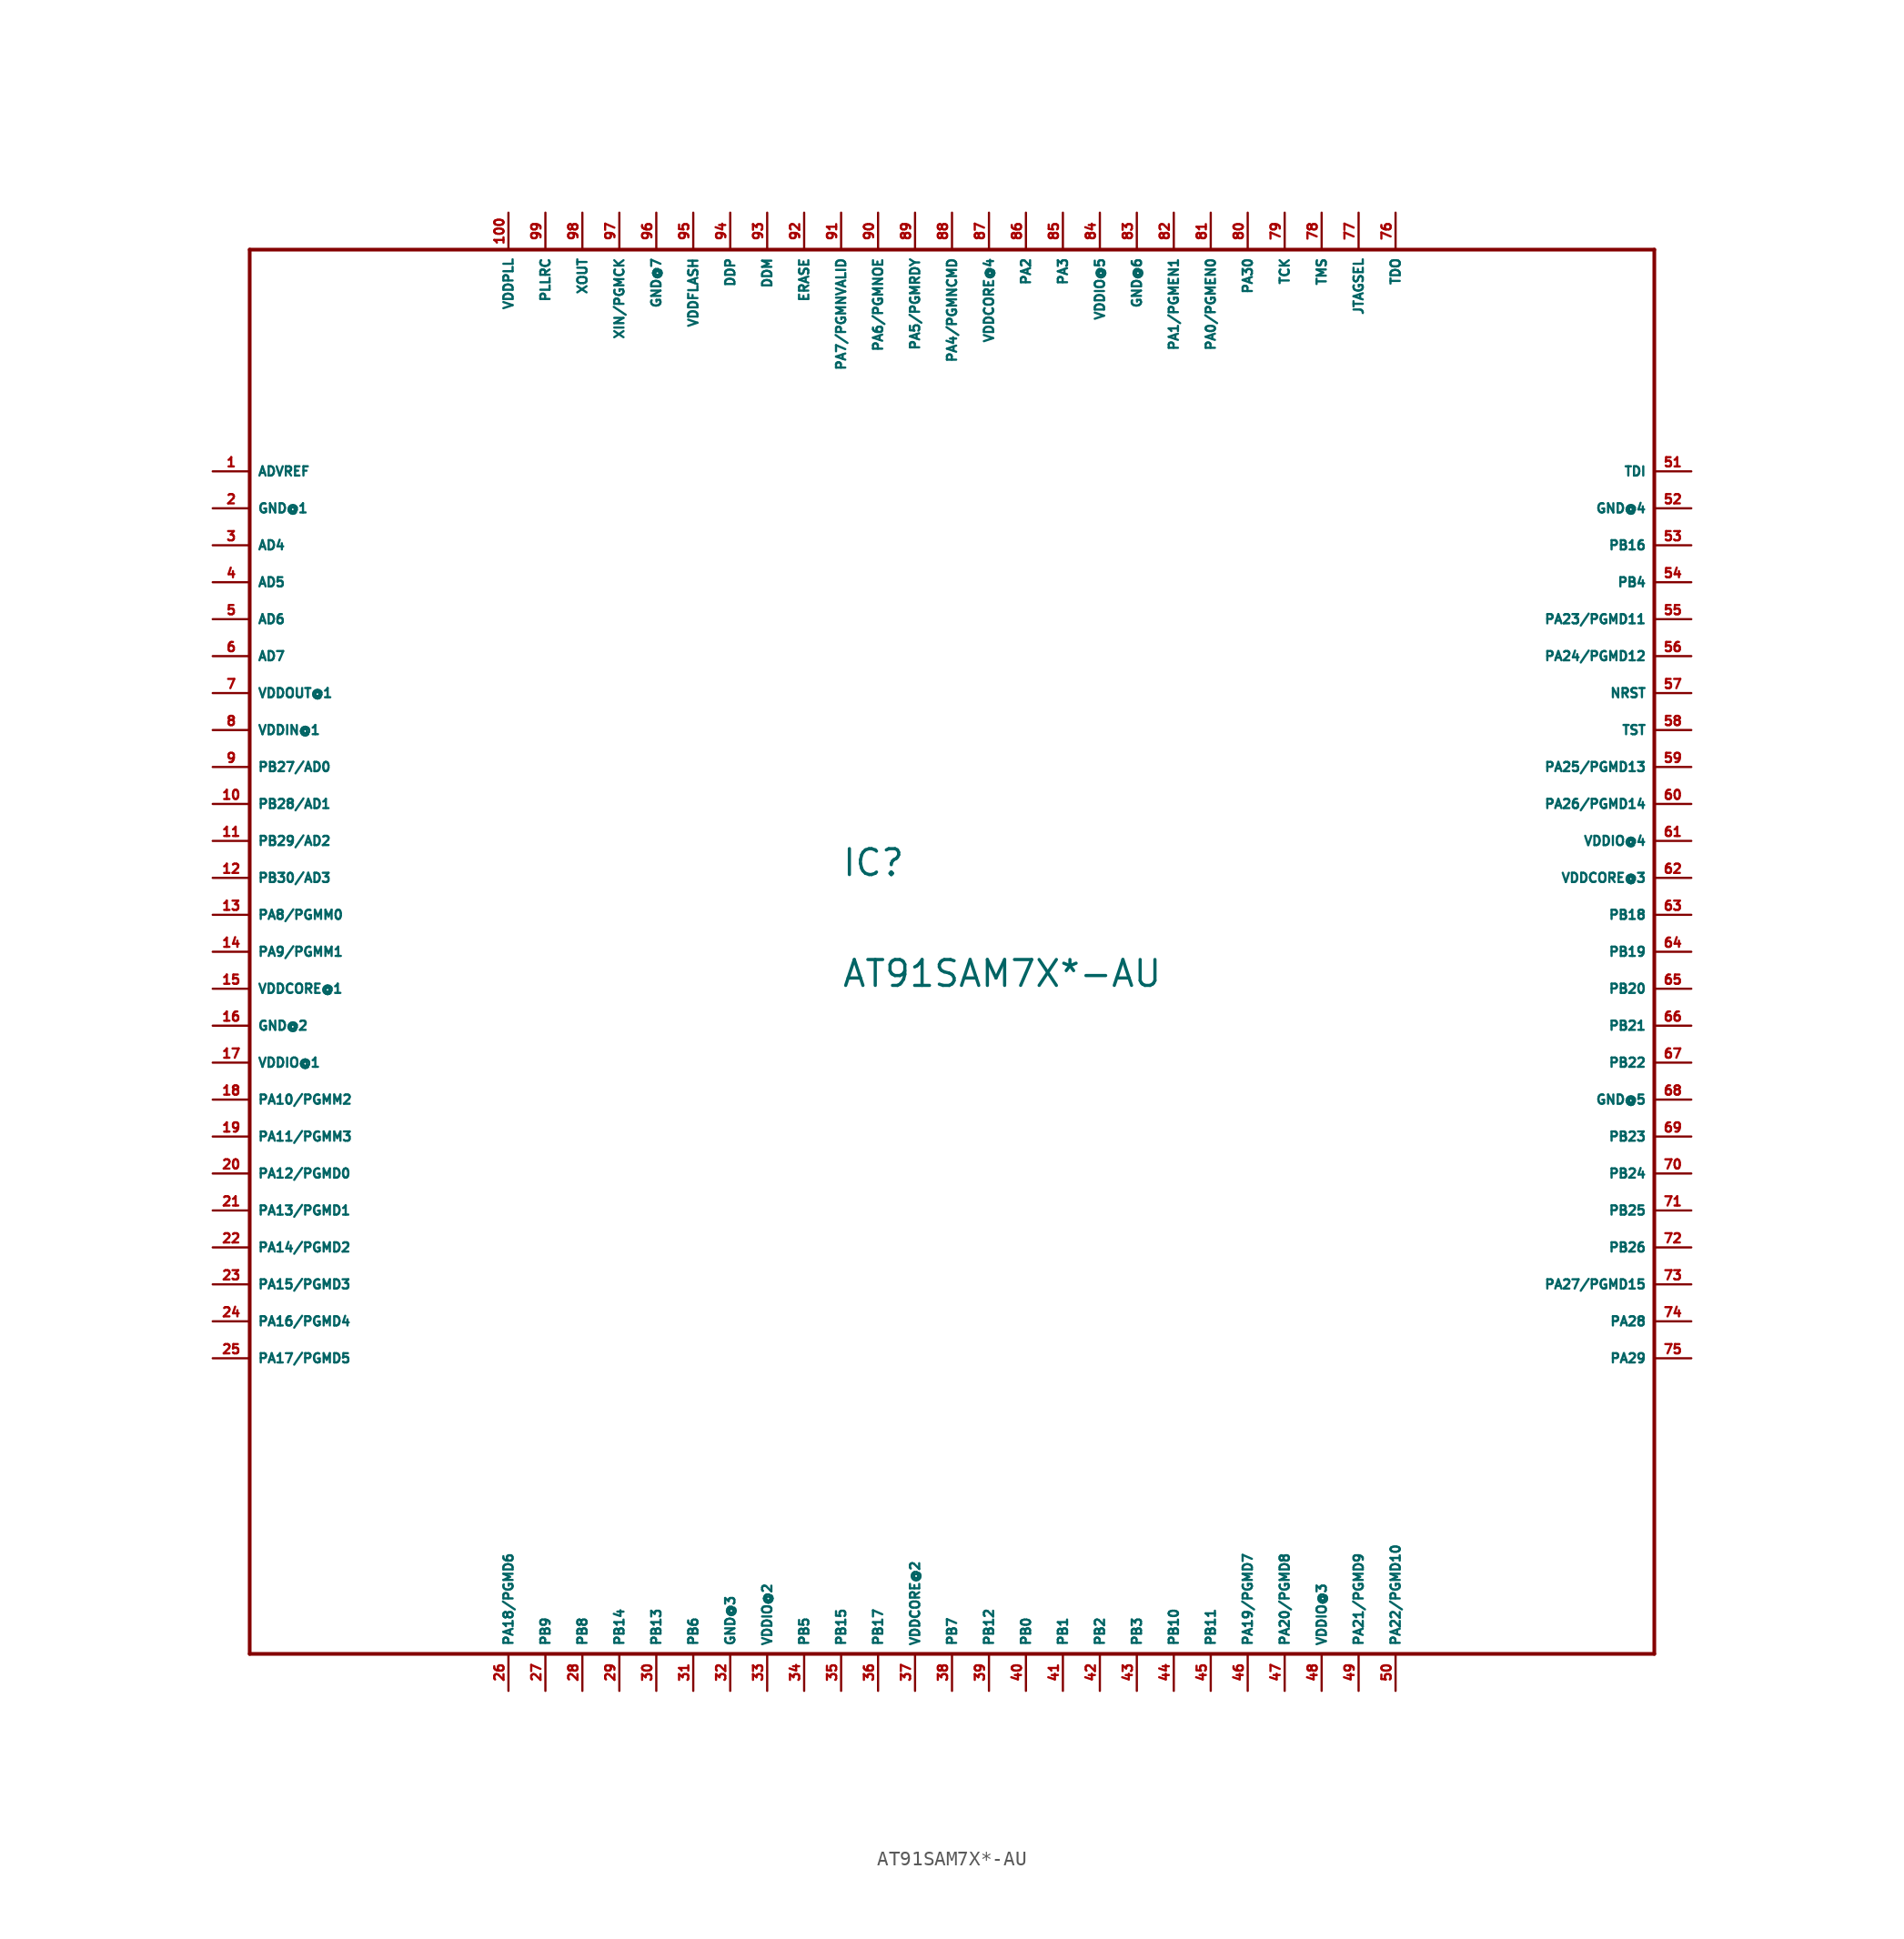
<source format=kicad_sym>
(kicad_symbol_lib
  (version 20220914)
  (generator Eagle2Kicad)
  (symbol "AT91SAM7X*-AU"
    (property "Reference" "IC"
      (at -7.62 5.08 0)
      (effects (font (size 1.778 1.778) (thickness 0.22)) (justify left bottom)))
    (property "Value" "AT91SAM7X*-AU"
      (at -7.62 -2.54 0)
      (effects (font (size 1.778 1.778) (thickness 0.22)) (justify left bottom)))
    (polyline
      (pts (xy -48.26 48.26) (xy 48.26 48.26))
      (stroke (width 0.254) (type default))
      (fill (type none)))
    (polyline
      (pts (xy 48.26 48.26) (xy 48.26 -48.26))
      (stroke (width 0.254) (type default))
      (fill (type none)))
    (polyline
      (pts (xy 48.26 -48.26) (xy -48.26 -48.26))
      (stroke (width 0.254) (type default))
      (fill (type none)))
    (polyline
      (pts (xy -48.26 -48.26) (xy -48.26 48.26))
      (stroke (width 0.254) (type default))
      (fill (type none)))
    (pin bidirectional line
      (at -50.8 33.02 0)
      (length 2.54)
      (name "ADVREF" (effects (font (size 0.635 0.635) (thickness 0.08)) (justify left bottom)))
      (number "1" (effects (font (size 0.635 0.635) (thickness 0.08)) (justify left bottom))))
    (pin bidirectional line
      (at -50.8 30.48 0)
      (length 2.54)
      (name "GND@1" (effects (font (size 0.635 0.635) (thickness 0.08)) (justify left bottom)))
      (number "2" (effects (font (size 0.635 0.635) (thickness 0.08)) (justify left bottom))))
    (pin bidirectional line
      (at -50.8 27.94 0)
      (length 2.54)
      (name "AD4" (effects (font (size 0.635 0.635) (thickness 0.08)) (justify left bottom)))
      (number "3" (effects (font (size 0.635 0.635) (thickness 0.08)) (justify left bottom))))
    (pin bidirectional line
      (at -50.8 25.4 0)
      (length 2.54)
      (name "AD5" (effects (font (size 0.635 0.635) (thickness 0.08)) (justify left bottom)))
      (number "4" (effects (font (size 0.635 0.635) (thickness 0.08)) (justify left bottom))))
    (pin bidirectional line
      (at -50.8 22.86 0)
      (length 2.54)
      (name "AD6" (effects (font (size 0.635 0.635) (thickness 0.08)) (justify left bottom)))
      (number "5" (effects (font (size 0.635 0.635) (thickness 0.08)) (justify left bottom))))
    (pin bidirectional line
      (at -50.8 20.32 0)
      (length 2.54)
      (name "AD7" (effects (font (size 0.635 0.635) (thickness 0.08)) (justify left bottom)))
      (number "6" (effects (font (size 0.635 0.635) (thickness 0.08)) (justify left bottom))))
    (pin bidirectional line
      (at -50.8 17.78 0)
      (length 2.54)
      (name "VDDOUT@1" (effects (font (size 0.635 0.635) (thickness 0.08)) (justify left bottom)))
      (number "7" (effects (font (size 0.635 0.635) (thickness 0.08)) (justify left bottom))))
    (pin bidirectional line
      (at -50.8 15.24 0)
      (length 2.54)
      (name "VDDIN@1" (effects (font (size 0.635 0.635) (thickness 0.08)) (justify left bottom)))
      (number "8" (effects (font (size 0.635 0.635) (thickness 0.08)) (justify left bottom))))
    (pin bidirectional line
      (at -50.8 12.7 0)
      (length 2.54)
      (name "PB27/AD0" (effects (font (size 0.635 0.635) (thickness 0.08)) (justify left bottom)))
      (number "9" (effects (font (size 0.635 0.635) (thickness 0.08)) (justify left bottom))))
    (pin bidirectional line
      (at -50.8 10.16 0)
      (length 2.54)
      (name "PB28/AD1" (effects (font (size 0.635 0.635) (thickness 0.08)) (justify left bottom)))
      (number "10" (effects (font (size 0.635 0.635) (thickness 0.08)) (justify left bottom))))
    (pin bidirectional line
      (at -50.8 7.62 0)
      (length 2.54)
      (name "PB29/AD2" (effects (font (size 0.635 0.635) (thickness 0.08)) (justify left bottom)))
      (number "11" (effects (font (size 0.635 0.635) (thickness 0.08)) (justify left bottom))))
    (pin bidirectional line
      (at -50.8 5.08 0)
      (length 2.54)
      (name "PB30/AD3" (effects (font (size 0.635 0.635) (thickness 0.08)) (justify left bottom)))
      (number "12" (effects (font (size 0.635 0.635) (thickness 0.08)) (justify left bottom))))
    (pin bidirectional line
      (at -50.8 2.54 0)
      (length 2.54)
      (name "PA8/PGMM0" (effects (font (size 0.635 0.635) (thickness 0.08)) (justify left bottom)))
      (number "13" (effects (font (size 0.635 0.635) (thickness 0.08)) (justify left bottom))))
    (pin bidirectional line
      (at -50.8 0 0)
      (length 2.54)
      (name "PA9/PGMM1" (effects (font (size 0.635 0.635) (thickness 0.08)) (justify left bottom)))
      (number "14" (effects (font (size 0.635 0.635) (thickness 0.08)) (justify left bottom))))
    (pin bidirectional line
      (at -50.8 -2.54 0)
      (length 2.54)
      (name "VDDCORE@1" (effects (font (size 0.635 0.635) (thickness 0.08)) (justify left bottom)))
      (number "15" (effects (font (size 0.635 0.635) (thickness 0.08)) (justify left bottom))))
    (pin bidirectional line
      (at -50.8 -5.08 0)
      (length 2.54)
      (name "GND@2" (effects (font (size 0.635 0.635) (thickness 0.08)) (justify left bottom)))
      (number "16" (effects (font (size 0.635 0.635) (thickness 0.08)) (justify left bottom))))
    (pin bidirectional line
      (at -50.8 -7.62 0)
      (length 2.54)
      (name "VDDIO@1" (effects (font (size 0.635 0.635) (thickness 0.08)) (justify left bottom)))
      (number "17" (effects (font (size 0.635 0.635) (thickness 0.08)) (justify left bottom))))
    (pin bidirectional line
      (at -50.8 -10.16 0)
      (length 2.54)
      (name "PA10/PGMM2" (effects (font (size 0.635 0.635) (thickness 0.08)) (justify left bottom)))
      (number "18" (effects (font (size 0.635 0.635) (thickness 0.08)) (justify left bottom))))
    (pin bidirectional line
      (at -50.8 -12.7 0)
      (length 2.54)
      (name "PA11/PGMM3" (effects (font (size 0.635 0.635) (thickness 0.08)) (justify left bottom)))
      (number "19" (effects (font (size 0.635 0.635) (thickness 0.08)) (justify left bottom))))
    (pin bidirectional line
      (at -50.8 -15.24 0)
      (length 2.54)
      (name "PA12/PGMD0" (effects (font (size 0.635 0.635) (thickness 0.08)) (justify left bottom)))
      (number "20" (effects (font (size 0.635 0.635) (thickness 0.08)) (justify left bottom))))
    (pin bidirectional line
      (at -50.8 -17.78 0)
      (length 2.54)
      (name "PA13/PGMD1" (effects (font (size 0.635 0.635) (thickness 0.08)) (justify left bottom)))
      (number "21" (effects (font (size 0.635 0.635) (thickness 0.08)) (justify left bottom))))
    (pin bidirectional line
      (at -50.8 -20.32 0)
      (length 2.54)
      (name "PA14/PGMD2" (effects (font (size 0.635 0.635) (thickness 0.08)) (justify left bottom)))
      (number "22" (effects (font (size 0.635 0.635) (thickness 0.08)) (justify left bottom))))
    (pin bidirectional line
      (at -50.8 -22.86 0)
      (length 2.54)
      (name "PA15/PGMD3" (effects (font (size 0.635 0.635) (thickness 0.08)) (justify left bottom)))
      (number "23" (effects (font (size 0.635 0.635) (thickness 0.08)) (justify left bottom))))
    (pin bidirectional line
      (at -50.8 -25.4 0)
      (length 2.54)
      (name "PA16/PGMD4" (effects (font (size 0.635 0.635) (thickness 0.08)) (justify left bottom)))
      (number "24" (effects (font (size 0.635 0.635) (thickness 0.08)) (justify left bottom))))
    (pin bidirectional line
      (at -50.8 -27.94 0)
      (length 2.54)
      (name "PA17/PGMD5" (effects (font (size 0.635 0.635) (thickness 0.08)) (justify left bottom)))
      (number "25" (effects (font (size 0.635 0.635) (thickness 0.08)) (justify left bottom))))
    (pin bidirectional line
      (at -30.48 -50.8 90)
      (length 2.54)
      (name "PA18/PGMD6" (effects (font (size 0.635 0.635) (thickness 0.08)) (justify left bottom)))
      (number "26" (effects (font (size 0.635 0.635) (thickness 0.08)) (justify left bottom))))
    (pin bidirectional line
      (at -27.94 -50.8 90)
      (length 2.54)
      (name "PB9" (effects (font (size 0.635 0.635) (thickness 0.08)) (justify left bottom)))
      (number "27" (effects (font (size 0.635 0.635) (thickness 0.08)) (justify left bottom))))
    (pin bidirectional line
      (at 7.62 -50.8 90)
      (length 2.54)
      (name "PB1" (effects (font (size 0.635 0.635) (thickness 0.08)) (justify left bottom)))
      (number "41" (effects (font (size 0.635 0.635) (thickness 0.08)) (justify left bottom))))
    (pin bidirectional line
      (at 10.16 -50.8 90)
      (length 2.54)
      (name "PB2" (effects (font (size 0.635 0.635) (thickness 0.08)) (justify left bottom)))
      (number "42" (effects (font (size 0.635 0.635) (thickness 0.08)) (justify left bottom))))
    (pin bidirectional line
      (at 12.7 -50.8 90)
      (length 2.54)
      (name "PB3" (effects (font (size 0.635 0.635) (thickness 0.08)) (justify left bottom)))
      (number "43" (effects (font (size 0.635 0.635) (thickness 0.08)) (justify left bottom))))
    (pin bidirectional line
      (at 50.8 25.4 180)
      (length 2.54)
      (name "PB4" (effects (font (size 0.635 0.635) (thickness 0.08)) (justify left bottom)))
      (number "54" (effects (font (size 0.635 0.635) (thickness 0.08)) (justify left bottom))))
    (pin bidirectional line
      (at -10.16 -50.8 90)
      (length 2.54)
      (name "PB5" (effects (font (size 0.635 0.635) (thickness 0.08)) (justify left bottom)))
      (number "34" (effects (font (size 0.635 0.635) (thickness 0.08)) (justify left bottom))))
    (pin bidirectional line
      (at -17.78 -50.8 90)
      (length 2.54)
      (name "PB6" (effects (font (size 0.635 0.635) (thickness 0.08)) (justify left bottom)))
      (number "31" (effects (font (size 0.635 0.635) (thickness 0.08)) (justify left bottom))))
    (pin bidirectional line
      (at 0 -50.8 90)
      (length 2.54)
      (name "PB7" (effects (font (size 0.635 0.635) (thickness 0.08)) (justify left bottom)))
      (number "38" (effects (font (size 0.635 0.635) (thickness 0.08)) (justify left bottom))))
    (pin bidirectional line
      (at -25.4 -50.8 90)
      (length 2.54)
      (name "PB8" (effects (font (size 0.635 0.635) (thickness 0.08)) (justify left bottom)))
      (number "28" (effects (font (size 0.635 0.635) (thickness 0.08)) (justify left bottom))))
    (pin bidirectional line
      (at 15.24 -50.8 90)
      (length 2.54)
      (name "PB10" (effects (font (size 0.635 0.635) (thickness 0.08)) (justify left bottom)))
      (number "44" (effects (font (size 0.635 0.635) (thickness 0.08)) (justify left bottom))))
    (pin bidirectional line
      (at 17.78 -50.8 90)
      (length 2.54)
      (name "PB11" (effects (font (size 0.635 0.635) (thickness 0.08)) (justify left bottom)))
      (number "45" (effects (font (size 0.635 0.635) (thickness 0.08)) (justify left bottom))))
    (pin bidirectional line
      (at 2.54 -50.8 90)
      (length 2.54)
      (name "PB12" (effects (font (size 0.635 0.635) (thickness 0.08)) (justify left bottom)))
      (number "39" (effects (font (size 0.635 0.635) (thickness 0.08)) (justify left bottom))))
    (pin bidirectional line
      (at -20.32 -50.8 90)
      (length 2.54)
      (name "PB13" (effects (font (size 0.635 0.635) (thickness 0.08)) (justify left bottom)))
      (number "30" (effects (font (size 0.635 0.635) (thickness 0.08)) (justify left bottom))))
    (pin bidirectional line
      (at -22.86 -50.8 90)
      (length 2.54)
      (name "PB14" (effects (font (size 0.635 0.635) (thickness 0.08)) (justify left bottom)))
      (number "29" (effects (font (size 0.635 0.635) (thickness 0.08)) (justify left bottom))))
    (pin bidirectional line
      (at -7.62 -50.8 90)
      (length 2.54)
      (name "PB15" (effects (font (size 0.635 0.635) (thickness 0.08)) (justify left bottom)))
      (number "35" (effects (font (size 0.635 0.635) (thickness 0.08)) (justify left bottom))))
    (pin bidirectional line
      (at 50.8 27.94 180)
      (length 2.54)
      (name "PB16" (effects (font (size 0.635 0.635) (thickness 0.08)) (justify left bottom)))
      (number "53" (effects (font (size 0.635 0.635) (thickness 0.08)) (justify left bottom))))
    (pin bidirectional line
      (at -5.08 -50.8 90)
      (length 2.54)
      (name "PB17" (effects (font (size 0.635 0.635) (thickness 0.08)) (justify left bottom)))
      (number "36" (effects (font (size 0.635 0.635) (thickness 0.08)) (justify left bottom))))
    (pin bidirectional line
      (at 50.8 2.54 180)
      (length 2.54)
      (name "PB18" (effects (font (size 0.635 0.635) (thickness 0.08)) (justify left bottom)))
      (number "63" (effects (font (size 0.635 0.635) (thickness 0.08)) (justify left bottom))))
    (pin bidirectional line
      (at 20.32 -50.8 90)
      (length 2.54)
      (name "PA19/PGMD7" (effects (font (size 0.635 0.635) (thickness 0.08)) (justify left bottom)))
      (number "46" (effects (font (size 0.635 0.635) (thickness 0.08)) (justify left bottom))))
    (pin bidirectional line
      (at 22.86 -50.8 90)
      (length 2.54)
      (name "PA20/PGMD8" (effects (font (size 0.635 0.635) (thickness 0.08)) (justify left bottom)))
      (number "47" (effects (font (size 0.635 0.635) (thickness 0.08)) (justify left bottom))))
    (pin bidirectional line
      (at 50.8 -5.08 180)
      (length 2.54)
      (name "PB21" (effects (font (size 0.635 0.635) (thickness 0.08)) (justify left bottom)))
      (number "66" (effects (font (size 0.635 0.635) (thickness 0.08)) (justify left bottom))))
    (pin bidirectional line
      (at 50.8 -7.62 180)
      (length 2.54)
      (name "PB22" (effects (font (size 0.635 0.635) (thickness 0.08)) (justify left bottom)))
      (number "67" (effects (font (size 0.635 0.635) (thickness 0.08)) (justify left bottom))))
    (pin bidirectional line
      (at 50.8 -12.7 180)
      (length 2.54)
      (name "PB23" (effects (font (size 0.635 0.635) (thickness 0.08)) (justify left bottom)))
      (number "69" (effects (font (size 0.635 0.635) (thickness 0.08)) (justify left bottom))))
    (pin bidirectional line
      (at 50.8 -15.24 180)
      (length 2.54)
      (name "PB24" (effects (font (size 0.635 0.635) (thickness 0.08)) (justify left bottom)))
      (number "70" (effects (font (size 0.635 0.635) (thickness 0.08)) (justify left bottom))))
    (pin bidirectional line
      (at 50.8 -17.78 180)
      (length 2.54)
      (name "PB25" (effects (font (size 0.635 0.635) (thickness 0.08)) (justify left bottom)))
      (number "71" (effects (font (size 0.635 0.635) (thickness 0.08)) (justify left bottom))))
    (pin bidirectional line
      (at 50.8 -20.32 180)
      (length 2.54)
      (name "PB26" (effects (font (size 0.635 0.635) (thickness 0.08)) (justify left bottom)))
      (number "72" (effects (font (size 0.635 0.635) (thickness 0.08)) (justify left bottom))))
    (pin bidirectional line
      (at -15.24 -50.8 90)
      (length 2.54)
      (name "GND@3" (effects (font (size 0.635 0.635) (thickness 0.08)) (justify left bottom)))
      (number "32" (effects (font (size 0.635 0.635) (thickness 0.08)) (justify left bottom))))
    (pin bidirectional line
      (at -12.7 -50.8 90)
      (length 2.54)
      (name "VDDIO@2" (effects (font (size 0.635 0.635) (thickness 0.08)) (justify left bottom)))
      (number "33" (effects (font (size 0.635 0.635) (thickness 0.08)) (justify left bottom))))
    (pin bidirectional line
      (at -2.54 -50.8 90)
      (length 2.54)
      (name "VDDCORE@2" (effects (font (size 0.635 0.635) (thickness 0.08)) (justify left bottom)))
      (number "37" (effects (font (size 0.635 0.635) (thickness 0.08)) (justify left bottom))))
    (pin bidirectional line
      (at 5.08 -50.8 90)
      (length 2.54)
      (name "PB0" (effects (font (size 0.635 0.635) (thickness 0.08)) (justify left bottom)))
      (number "40" (effects (font (size 0.635 0.635) (thickness 0.08)) (justify left bottom))))
    (pin bidirectional line
      (at 25.4 -50.8 90)
      (length 2.54)
      (name "VDDIO@3" (effects (font (size 0.635 0.635) (thickness 0.08)) (justify left bottom)))
      (number "48" (effects (font (size 0.635 0.635) (thickness 0.08)) (justify left bottom))))
    (pin bidirectional line
      (at 27.94 -50.8 90)
      (length 2.54)
      (name "PA21/PGMD9" (effects (font (size 0.635 0.635) (thickness 0.08)) (justify left bottom)))
      (number "49" (effects (font (size 0.635 0.635) (thickness 0.08)) (justify left bottom))))
    (pin bidirectional line
      (at 30.48 -50.8 90)
      (length 2.54)
      (name "PA22/PGMD10" (effects (font (size 0.635 0.635) (thickness 0.08)) (justify left bottom)))
      (number "50" (effects (font (size 0.635 0.635) (thickness 0.08)) (justify left bottom))))
    (pin bidirectional line
      (at 50.8 33.02 180)
      (length 2.54)
      (name "TDI" (effects (font (size 0.635 0.635) (thickness 0.08)) (justify left bottom)))
      (number "51" (effects (font (size 0.635 0.635) (thickness 0.08)) (justify left bottom))))
    (pin bidirectional line
      (at 50.8 30.48 180)
      (length 2.54)
      (name "GND@4" (effects (font (size 0.635 0.635) (thickness 0.08)) (justify left bottom)))
      (number "52" (effects (font (size 0.635 0.635) (thickness 0.08)) (justify left bottom))))
    (pin bidirectional line
      (at 50.8 22.86 180)
      (length 2.54)
      (name "PA23/PGMD11" (effects (font (size 0.635 0.635) (thickness 0.08)) (justify left bottom)))
      (number "55" (effects (font (size 0.635 0.635) (thickness 0.08)) (justify left bottom))))
    (pin bidirectional line
      (at 50.8 20.32 180)
      (length 2.54)
      (name "PA24/PGMD12" (effects (font (size 0.635 0.635) (thickness 0.08)) (justify left bottom)))
      (number "56" (effects (font (size 0.635 0.635) (thickness 0.08)) (justify left bottom))))
    (pin bidirectional line
      (at 50.8 17.78 180)
      (length 2.54)
      (name "NRST" (effects (font (size 0.635 0.635) (thickness 0.08)) (justify left bottom)))
      (number "57" (effects (font (size 0.635 0.635) (thickness 0.08)) (justify left bottom))))
    (pin bidirectional line
      (at 50.8 15.24 180)
      (length 2.54)
      (name "TST" (effects (font (size 0.635 0.635) (thickness 0.08)) (justify left bottom)))
      (number "58" (effects (font (size 0.635 0.635) (thickness 0.08)) (justify left bottom))))
    (pin bidirectional line
      (at 50.8 12.7 180)
      (length 2.54)
      (name "PA25/PGMD13" (effects (font (size 0.635 0.635) (thickness 0.08)) (justify left bottom)))
      (number "59" (effects (font (size 0.635 0.635) (thickness 0.08)) (justify left bottom))))
    (pin bidirectional line
      (at 50.8 10.16 180)
      (length 2.54)
      (name "PA26/PGMD14" (effects (font (size 0.635 0.635) (thickness 0.08)) (justify left bottom)))
      (number "60" (effects (font (size 0.635 0.635) (thickness 0.08)) (justify left bottom))))
    (pin bidirectional line
      (at 50.8 7.62 180)
      (length 2.54)
      (name "VDDIO@4" (effects (font (size 0.635 0.635) (thickness 0.08)) (justify left bottom)))
      (number "61" (effects (font (size 0.635 0.635) (thickness 0.08)) (justify left bottom))))
    (pin bidirectional line
      (at 50.8 5.08 180)
      (length 2.54)
      (name "VDDCORE@3" (effects (font (size 0.635 0.635) (thickness 0.08)) (justify left bottom)))
      (number "62" (effects (font (size 0.635 0.635) (thickness 0.08)) (justify left bottom))))
    (pin bidirectional line
      (at 50.8 0 180)
      (length 2.54)
      (name "PB19" (effects (font (size 0.635 0.635) (thickness 0.08)) (justify left bottom)))
      (number "64" (effects (font (size 0.635 0.635) (thickness 0.08)) (justify left bottom))))
    (pin bidirectional line
      (at 50.8 -2.54 180)
      (length 2.54)
      (name "PB20" (effects (font (size 0.635 0.635) (thickness 0.08)) (justify left bottom)))
      (number "65" (effects (font (size 0.635 0.635) (thickness 0.08)) (justify left bottom))))
    (pin bidirectional line
      (at 50.8 -10.16 180)
      (length 2.54)
      (name "GND@5" (effects (font (size 0.635 0.635) (thickness 0.08)) (justify left bottom)))
      (number "68" (effects (font (size 0.635 0.635) (thickness 0.08)) (justify left bottom))))
    (pin bidirectional line
      (at 50.8 -22.86 180)
      (length 2.54)
      (name "PA27/PGMD15" (effects (font (size 0.635 0.635) (thickness 0.08)) (justify left bottom)))
      (number "73" (effects (font (size 0.635 0.635) (thickness 0.08)) (justify left bottom))))
    (pin bidirectional line
      (at 50.8 -25.4 180)
      (length 2.54)
      (name "PA28" (effects (font (size 0.635 0.635) (thickness 0.08)) (justify left bottom)))
      (number "74" (effects (font (size 0.635 0.635) (thickness 0.08)) (justify left bottom))))
    (pin bidirectional line
      (at 5.08 50.8 270)
      (length 2.54)
      (name "PA2" (effects (font (size 0.635 0.635) (thickness 0.08)) (justify left bottom)))
      (number "86" (effects (font (size 0.635 0.635) (thickness 0.08)) (justify left bottom))))
    (pin bidirectional line
      (at 7.62 50.8 270)
      (length 2.54)
      (name "PA3" (effects (font (size 0.635 0.635) (thickness 0.08)) (justify left bottom)))
      (number "85" (effects (font (size 0.635 0.635) (thickness 0.08)) (justify left bottom))))
    (pin bidirectional line
      (at 0 50.8 270)
      (length 2.54)
      (name "PA4/PGMNCMD" (effects (font (size 0.635 0.635) (thickness 0.08)) (justify left bottom)))
      (number "88" (effects (font (size 0.635 0.635) (thickness 0.08)) (justify left bottom))))
    (pin bidirectional line
      (at -2.54 50.8 270)
      (length 2.54)
      (name "PA5/PGMRDY" (effects (font (size 0.635 0.635) (thickness 0.08)) (justify left bottom)))
      (number "89" (effects (font (size 0.635 0.635) (thickness 0.08)) (justify left bottom))))
    (pin bidirectional line
      (at -5.08 50.8 270)
      (length 2.54)
      (name "PA6/PGMNOE" (effects (font (size 0.635 0.635) (thickness 0.08)) (justify left bottom)))
      (number "90" (effects (font (size 0.635 0.635) (thickness 0.08)) (justify left bottom))))
    (pin bidirectional line
      (at -7.62 50.8 270)
      (length 2.54)
      (name "PA7/PGMNVALID" (effects (font (size 0.635 0.635) (thickness 0.08)) (justify left bottom)))
      (number "91" (effects (font (size 0.635 0.635) (thickness 0.08)) (justify left bottom))))
    (pin bidirectional line
      (at 50.8 -27.94 180)
      (length 2.54)
      (name "PA29" (effects (font (size 0.635 0.635) (thickness 0.08)) (justify left bottom)))
      (number "75" (effects (font (size 0.635 0.635) (thickness 0.08)) (justify left bottom))))
    (pin bidirectional line
      (at 30.48 50.8 270)
      (length 2.54)
      (name "TDO" (effects (font (size 0.635 0.635) (thickness 0.08)) (justify left bottom)))
      (number "76" (effects (font (size 0.635 0.635) (thickness 0.08)) (justify left bottom))))
    (pin bidirectional line
      (at 27.94 50.8 270)
      (length 2.54)
      (name "JTAGSEL" (effects (font (size 0.635 0.635) (thickness 0.08)) (justify left bottom)))
      (number "77" (effects (font (size 0.635 0.635) (thickness 0.08)) (justify left bottom))))
    (pin bidirectional line
      (at 25.4 50.8 270)
      (length 2.54)
      (name "TMS" (effects (font (size 0.635 0.635) (thickness 0.08)) (justify left bottom)))
      (number "78" (effects (font (size 0.635 0.635) (thickness 0.08)) (justify left bottom))))
    (pin bidirectional line
      (at 22.86 50.8 270)
      (length 2.54)
      (name "TCK" (effects (font (size 0.635 0.635) (thickness 0.08)) (justify left bottom)))
      (number "79" (effects (font (size 0.635 0.635) (thickness 0.08)) (justify left bottom))))
    (pin bidirectional line
      (at 20.32 50.8 270)
      (length 2.54)
      (name "PA30" (effects (font (size 0.635 0.635) (thickness 0.08)) (justify left bottom)))
      (number "80" (effects (font (size 0.635 0.635) (thickness 0.08)) (justify left bottom))))
    (pin bidirectional line
      (at 17.78 50.8 270)
      (length 2.54)
      (name "PA0/PGMEN0" (effects (font (size 0.635 0.635) (thickness 0.08)) (justify left bottom)))
      (number "81" (effects (font (size 0.635 0.635) (thickness 0.08)) (justify left bottom))))
    (pin bidirectional line
      (at 15.24 50.8 270)
      (length 2.54)
      (name "PA1/PGMEN1" (effects (font (size 0.635 0.635) (thickness 0.08)) (justify left bottom)))
      (number "82" (effects (font (size 0.635 0.635) (thickness 0.08)) (justify left bottom))))
    (pin bidirectional line
      (at 12.7 50.8 270)
      (length 2.54)
      (name "GND@6" (effects (font (size 0.635 0.635) (thickness 0.08)) (justify left bottom)))
      (number "83" (effects (font (size 0.635 0.635) (thickness 0.08)) (justify left bottom))))
    (pin bidirectional line
      (at 10.16 50.8 270)
      (length 2.54)
      (name "VDDIO@5" (effects (font (size 0.635 0.635) (thickness 0.08)) (justify left bottom)))
      (number "84" (effects (font (size 0.635 0.635) (thickness 0.08)) (justify left bottom))))
    (pin bidirectional line
      (at 2.54 50.8 270)
      (length 2.54)
      (name "VDDCORE@4" (effects (font (size 0.635 0.635) (thickness 0.08)) (justify left bottom)))
      (number "87" (effects (font (size 0.635 0.635) (thickness 0.08)) (justify left bottom))))
    (pin bidirectional line
      (at -10.16 50.8 270)
      (length 2.54)
      (name "ERASE" (effects (font (size 0.635 0.635) (thickness 0.08)) (justify left bottom)))
      (number "92" (effects (font (size 0.635 0.635) (thickness 0.08)) (justify left bottom))))
    (pin bidirectional line
      (at -12.7 50.8 270)
      (length 2.54)
      (name "DDM" (effects (font (size 0.635 0.635) (thickness 0.08)) (justify left bottom)))
      (number "93" (effects (font (size 0.635 0.635) (thickness 0.08)) (justify left bottom))))
    (pin bidirectional line
      (at -15.24 50.8 270)
      (length 2.54)
      (name "DDP" (effects (font (size 0.635 0.635) (thickness 0.08)) (justify left bottom)))
      (number "94" (effects (font (size 0.635 0.635) (thickness 0.08)) (justify left bottom))))
    (pin bidirectional line
      (at -17.78 50.8 270)
      (length 2.54)
      (name "VDDFLASH" (effects (font (size 0.635 0.635) (thickness 0.08)) (justify left bottom)))
      (number "95" (effects (font (size 0.635 0.635) (thickness 0.08)) (justify left bottom))))
    (pin bidirectional line
      (at -20.32 50.8 270)
      (length 2.54)
      (name "GND@7" (effects (font (size 0.635 0.635) (thickness 0.08)) (justify left bottom)))
      (number "96" (effects (font (size 0.635 0.635) (thickness 0.08)) (justify left bottom))))
    (pin bidirectional line
      (at -25.4 50.8 270)
      (length 2.54)
      (name "XOUT" (effects (font (size 0.635 0.635) (thickness 0.08)) (justify left bottom)))
      (number "98" (effects (font (size 0.635 0.635) (thickness 0.08)) (justify left bottom))))
    (pin bidirectional line
      (at -27.94 50.8 270)
      (length 2.54)
      (name "PLLRC" (effects (font (size 0.635 0.635) (thickness 0.08)) (justify left bottom)))
      (number "99" (effects (font (size 0.635 0.635) (thickness 0.08)) (justify left bottom))))
    (pin bidirectional line
      (at -30.48 50.8 270)
      (length 2.54)
      (name "VDDPLL" (effects (font (size 0.635 0.635) (thickness 0.08)) (justify left bottom)))
      (number "100" (effects (font (size 0.635 0.635) (thickness 0.08)) (justify left bottom))))
    (pin bidirectional line
      (at -22.86 50.8 270)
      (length 2.54)
      (name "XIN/PGMCK" (effects (font (size 0.635 0.635) (thickness 0.08)) (justify left bottom)))
      (number "97" (effects (font (size 0.635 0.635) (thickness 0.08)) (justify left bottom))))))
</source>
